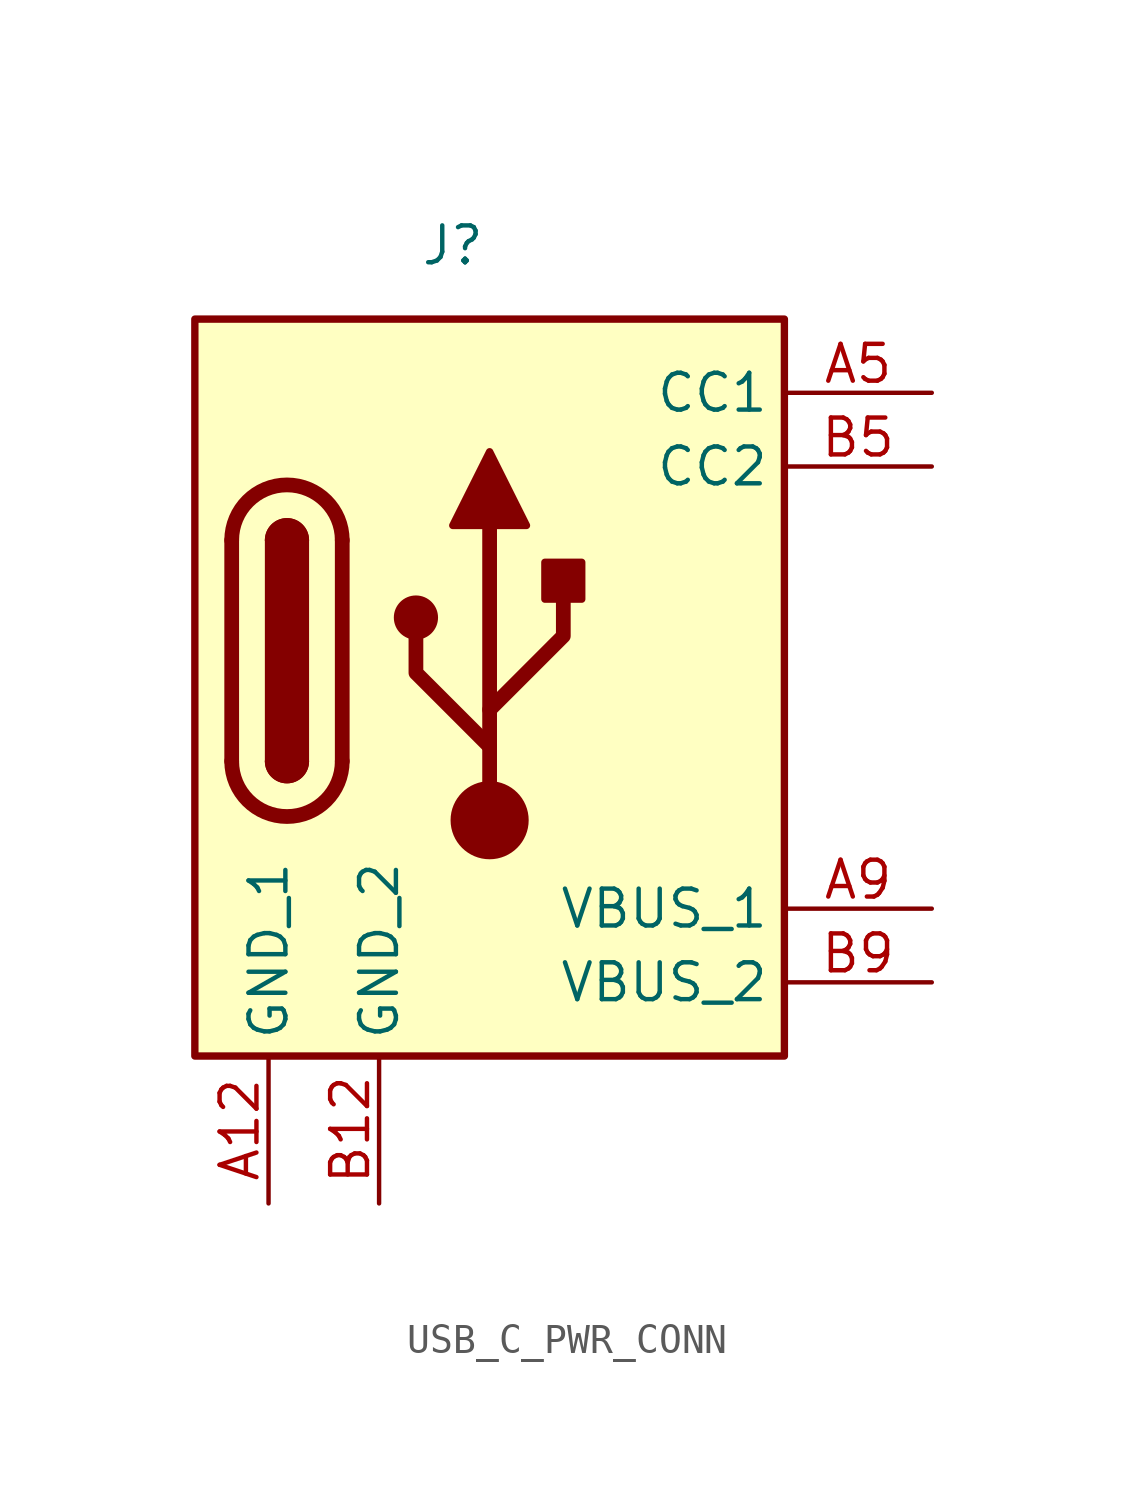
<source format=kicad_sym>
(kicad_symbol_lib
  (version 20241209)
  (generator "kicad_symbol_editor")
  (generator_version "9.0")
  (symbol "USB_C_PWR_CONN"
    (property "Reference" "J"
      (at 0 0 0)
      (effects (font (size 1.27 1.27))))
    (property "Value" ""
      (at 0 0 0)
      (effects (font (size 1.27 1.27))))
    (symbol "USB_C_PWR_CONN_0_1"
      (rectangle (start -8.89 -2.54) (end 11.43 -27.94) (stroke (width 0.254) (type default)) (fill (type background)))
      (polyline (pts (xy -7.62 -17.78) (xy -7.62 -10.16)) (stroke (width 0.508) (type default)) (fill (type none)))
      (rectangle (start -6.35 -17.78) (end -5.08 -10.16) (stroke (width 0.254) (type default)) (fill (type outline)))
      (arc (start -6.35 -10.16) (mid -5.715 -9.5277) (end -5.08 -10.16) (stroke (width 0.254) (type default)) (fill (type none)))
      (arc (start -6.35 -10.16) (mid -5.715 -9.5277) (end -5.08 -10.16) (stroke (width 0.254) (type default)) (fill (type outline)))
      (arc (start -7.62 -10.16) (mid -5.715 -8.2633) (end -3.81 -10.16) (stroke (width 0.508) (type default)) (fill (type none)))
      (arc (start -3.81 -17.78) (mid -5.715 -19.6767) (end -7.62 -17.78) (stroke (width 0.508) (type default)) (fill (type none)))
      (arc (start -5.08 -17.78) (mid -5.715 -18.4123) (end -6.35 -17.78) (stroke (width 0.254) (type default)) (fill (type none)))
      (arc (start -5.08 -17.78) (mid -5.715 -18.4123) (end -6.35 -17.78) (stroke (width 0.254) (type default)) (fill (type outline)))
      (polyline (pts (xy -3.81 -10.16) (xy -3.81 -17.78)) (stroke (width 0.508) (type default)) (fill (type none)))
      (circle (center -1.27 -12.827) (radius 0.635) (stroke (width 0.254) (type default)) (fill (type outline)))
      (polyline (pts (xy 0 -9.652) (xy 1.27 -7.112) (xy 2.54 -9.652) (xy 0 -9.652)) (stroke (width 0.254) (type default)) (fill (type outline)))
      (polyline (pts (xy 1.27 -16.002) (xy 3.81 -13.462) (xy 3.81 -12.192)) (stroke (width 0.508) (type default)) (fill (type none)))
      (polyline (pts (xy 1.27 -17.272) (xy -1.27 -14.732) (xy -1.27 -13.462)) (stroke (width 0.508) (type default)) (fill (type none)))
      (polyline (pts (xy 1.27 -19.812) (xy 1.27 -9.652)) (stroke (width 0.508) (type default)) (fill (type none)))
      (circle (center 1.27 -19.812) (radius 1.27) (stroke (width 0) (type default)) (fill (type outline)))
      (rectangle (start 3.175 -12.192) (end 4.445 -10.922) (stroke (width 0.254) (type default)) (fill (type outline))))
    (symbol "USB_C_PWR_CONN_1_1"
      (pin passive line (at -6.35 -33.02 90) (length 5.08) (name "GND_1" (effects (font (size 1.27 1.27)))) (number "A12" (effects (font (size 1.27 1.27)))))
      (pin passive line (at -2.54 -33.02 90) (length 5.08) (name "GND_2" (effects (font (size 1.27 1.27)))) (number "B12" (effects (font (size 1.27 1.27)))))
      (pin bidirectional line (at 16.51 -5.08 180) (length 5.08) (name "CC1" (effects (font (size 1.27 1.27)))) (number "A5" (effects (font (size 1.27 1.27)))))
      (pin bidirectional line (at 16.51 -7.62 180) (length 5.08) (name "CC2" (effects (font (size 1.27 1.27)))) (number "B5" (effects (font (size 1.27 1.27)))))
      (pin passive line (at 16.51 -22.86 180) (length 5.08) (name "VBUS_1" (effects (font (size 1.27 1.27)))) (number "A9" (effects (font (size 1.27 1.27)))))
      (pin passive line (at 16.51 -25.4 180) (length 5.08) (name "VBUS_2" (effects (font (size 1.27 1.27)))) (number "B9" (effects (font (size 1.27 1.27))))))))
</source>
